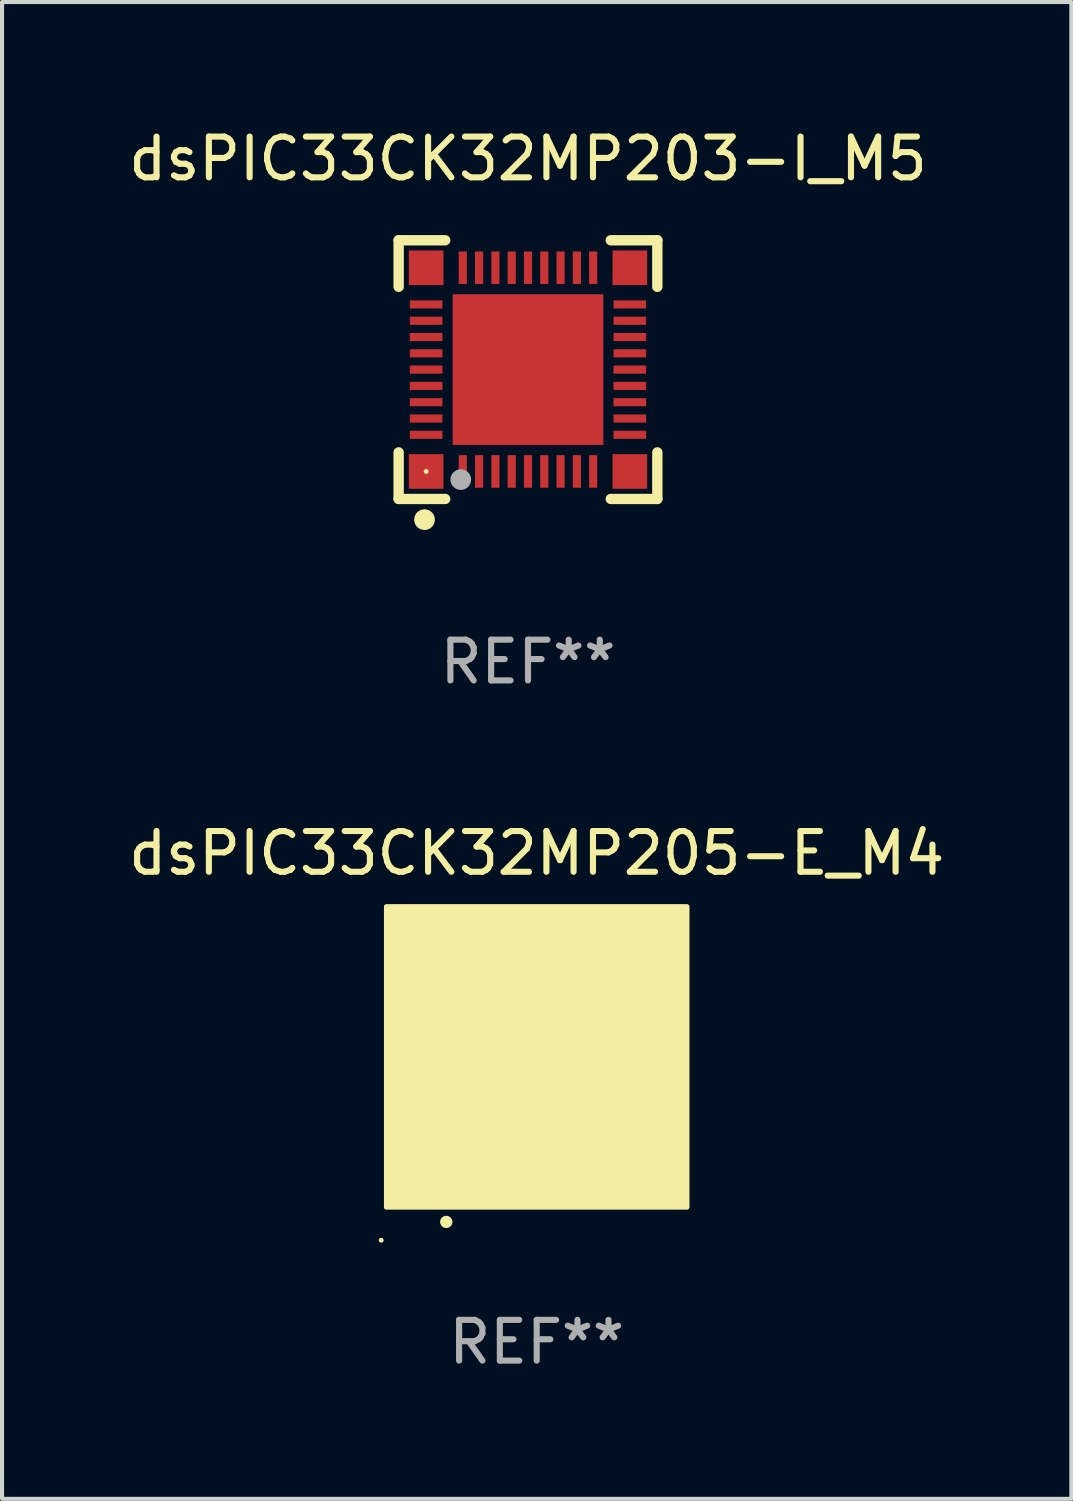
<source format=kicad_pcb>
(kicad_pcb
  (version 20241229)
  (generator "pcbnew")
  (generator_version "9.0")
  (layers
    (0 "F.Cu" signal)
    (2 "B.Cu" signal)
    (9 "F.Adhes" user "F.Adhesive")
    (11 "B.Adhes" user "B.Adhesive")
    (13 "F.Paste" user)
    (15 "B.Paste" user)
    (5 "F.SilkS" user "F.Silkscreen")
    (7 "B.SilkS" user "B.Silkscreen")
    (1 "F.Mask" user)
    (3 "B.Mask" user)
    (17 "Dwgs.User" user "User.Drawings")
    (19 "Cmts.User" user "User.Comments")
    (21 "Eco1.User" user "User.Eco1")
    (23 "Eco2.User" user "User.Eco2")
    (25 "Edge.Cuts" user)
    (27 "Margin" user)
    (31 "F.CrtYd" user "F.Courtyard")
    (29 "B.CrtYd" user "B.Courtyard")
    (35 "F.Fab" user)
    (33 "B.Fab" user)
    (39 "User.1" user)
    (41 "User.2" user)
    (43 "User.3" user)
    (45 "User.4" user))
  (footprint "dsPIC33CK32MP203-I_M5"
    (layer "F.Cu")
    (at 9.911 6.023)
    (property "Reference" "dsPIC33CK32MP203-I_M5" (at 0 -5.175 0) (layer "F.SilkS") (effects (font (size 1 1) (thickness 0.15))))
    (attr through_hole)
    (fp_line (start -3.175 -3.175) (end -2.032 -3.175) (stroke (width 0.254) (type solid)) (layer "F.SilkS"))
    (fp_line (start -3.175 -2.032) (end -3.175 -3.175) (stroke (width 0.254) (type solid)) (layer "F.SilkS"))
    (fp_line (start -3.175 3.175) (end -3.175 2.032) (stroke (width 0.254) (type solid)) (layer "F.SilkS"))
    (fp_line (start -2.032 3.175) (end -3.175 3.175) (stroke (width 0.254) (type solid)) (layer "F.SilkS"))
    (fp_line (start 2.032 -3.175) (end 3.175 -3.175) (stroke (width 0.254) (type solid)) (layer "F.SilkS"))
    (fp_line (start 3.175 -3.175) (end 3.175 -2.032) (stroke (width 0.254) (type solid)) (layer "F.SilkS"))
    (fp_line (start 3.175 2.032) (end 3.175 3.175) (stroke (width 0.254) (type solid)) (layer "F.SilkS"))
    (fp_line (start 3.175 3.175) (end 2.032 3.175) (stroke (width 0.254) (type solid)) (layer "F.SilkS"))
    (fp_circle (center -2.54 3.683) (end -2.413 3.683) (stroke (width 0.254) (type solid)) (fill no) (layer "F.SilkS"))
    (fp_circle (center -2.5 2.5) (end -2.47 2.5) (stroke (width 0.06) (type solid)) (fill no) (layer "F.SilkS"))
    (fp_circle (center -1.65 2.7) (end -1.523 2.7) (stroke (width 0.254) (type solid)) (fill no) (layer "F.Fab"))
    (fp_text user "REF**" (at 0 7.175 0) (layer "F.Fab") (effects (font (size 1 1) (thickness 0.15))))
    (pad "1" smd rect (at -1.6 2.5) (size 0.2 0.8) (layers "F.Cu" "F.Mask" "F.Paste"))
    (pad "2" smd rect (at -1.2 2.5) (size 0.2 0.8) (layers "F.Cu" "F.Mask" "F.Paste"))
    (pad "3" smd rect (at -0.8 2.5) (size 0.2 0.8) (layers "F.Cu" "F.Mask" "F.Paste"))
    (pad "4" smd rect (at -0.4 2.5) (size 0.2 0.8) (layers "F.Cu" "F.Mask" "F.Paste"))
    (pad "5" smd rect (at -0.000051 2.5) (size 0.2 0.8) (layers "F.Cu" "F.Mask" "F.Paste"))
    (pad "6" smd rect (at 0.4 2.5) (size 0.2 0.8) (layers "F.Cu" "F.Mask" "F.Paste"))
    (pad "7" smd rect (at 0.8 2.5) (size 0.2 0.8) (layers "F.Cu" "F.Mask" "F.Paste"))
    (pad "8" smd rect (at 1.2 2.5) (size 0.2 0.8) (layers "F.Cu" "F.Mask" "F.Paste"))
    (pad "9" smd rect (at 1.6 2.5) (size 0.2 0.8) (layers "F.Cu" "F.Mask" "F.Paste"))
    (pad "10" smd rect (at 2.5 1.6 90) (size 0.2 0.8) (layers "F.Cu" "F.Mask" "F.Paste"))
    (pad "11" smd rect (at 2.5 1.2 90) (size 0.2 0.8) (layers "F.Cu" "F.Mask" "F.Paste"))
    (pad "12" smd rect (at 2.5 0.8 90) (size 0.2 0.8) (layers "F.Cu" "F.Mask" "F.Paste"))
    (pad "13" smd rect (at 2.5 0.4 90) (size 0.2 0.8) (layers "F.Cu" "F.Mask" "F.Paste"))
    (pad "14" smd rect (at 2.5 -0.000051 90) (size 0.2 0.8) (layers "F.Cu" "F.Mask" "F.Paste"))
    (pad "15" smd rect (at 2.5 -0.4 90) (size 0.2 0.8) (layers "F.Cu" "F.Mask" "F.Paste"))
    (pad "16" smd rect (at 2.5 -0.8 90) (size 0.2 0.8) (layers "F.Cu" "F.Mask" "F.Paste"))
    (pad "17" smd rect (at 2.5 -1.2 90) (size 0.2 0.8) (layers "F.Cu" "F.Mask" "F.Paste"))
    (pad "18" smd rect (at 2.5 -1.6 90) (size 0.2 0.8) (layers "F.Cu" "F.Mask" "F.Paste"))
    (pad "19" smd rect (at 1.6 -2.5 180) (size 0.2 0.8) (layers "F.Cu" "F.Mask" "F.Paste"))
    (pad "20" smd rect (at 1.2 -2.5 180) (size 0.2 0.8) (layers "F.Cu" "F.Mask" "F.Paste"))
    (pad "21" smd rect (at 0.8 -2.5 180) (size 0.2 0.8) (layers "F.Cu" "F.Mask" "F.Paste"))
    (pad "22" smd rect (at 0.4 -2.5 180) (size 0.2 0.8) (layers "F.Cu" "F.Mask" "F.Paste"))
    (pad "23" smd rect (at -0.000051 -2.5 180) (size 0.2 0.8) (layers "F.Cu" "F.Mask" "F.Paste"))
    (pad "24" smd rect (at -0.4 -2.5 180) (size 0.2 0.8) (layers "F.Cu" "F.Mask" "F.Paste"))
    (pad "25" smd rect (at -0.8 -2.5 180) (size 0.2 0.8) (layers "F.Cu" "F.Mask" "F.Paste"))
    (pad "26" smd rect (at -1.2 -2.5 180) (size 0.2 0.8) (layers "F.Cu" "F.Mask" "F.Paste"))
    (pad "27" smd rect (at -1.6 -2.5 180) (size 0.2 0.8) (layers "F.Cu" "F.Mask" "F.Paste"))
    (pad "28" smd rect (at -2.5 -1.6 270) (size 0.2 0.8) (layers "F.Cu" "F.Mask" "F.Paste"))
    (pad "29" smd rect (at -2.5 -1.2 270) (size 0.2 0.8) (layers "F.Cu" "F.Mask" "F.Paste"))
    (pad "30" smd rect (at -2.5 -0.8 270) (size 0.2 0.8) (layers "F.Cu" "F.Mask" "F.Paste"))
    (pad "31" smd rect (at -2.5 -0.4 270) (size 0.2 0.8) (layers "F.Cu" "F.Mask" "F.Paste"))
    (pad "32" smd rect (at -2.5 -0.000051 270) (size 0.2 0.8) (layers "F.Cu" "F.Mask" "F.Paste"))
    (pad "33" smd rect (at -2.5 0.4 270) (size 0.2 0.8) (layers "F.Cu" "F.Mask" "F.Paste"))
    (pad "34" smd rect (at -2.5 0.8 270) (size 0.2 0.8) (layers "F.Cu" "F.Mask" "F.Paste"))
    (pad "35" smd rect (at -2.5 1.2 270) (size 0.2 0.8) (layers "F.Cu" "F.Mask" "F.Paste"))
    (pad "36" smd rect (at -2.5 1.6 270) (size 0.2 0.8) (layers "F.Cu" "F.Mask" "F.Paste"))
    (pad "37" smd rect (at -2.5 -2.5) (size 0.85 0.85) (layers "F.Cu" "F.Mask" "F.Paste"))
    (pad "37" smd rect (at -2.5 2.5) (size 0.85 0.85) (layers "F.Cu" "F.Mask" "F.Paste"))
    (pad "37" smd rect (at -0.000051 -0.000051) (size 3.7 3.7) (layers "F.Cu" "F.Mask" "F.Paste"))
    (pad "37" smd rect (at 2.5 -2.5) (size 0.85 0.85) (layers "F.Cu" "F.Mask" "F.Paste"))
    (pad "37" smd rect (at 2.5 2.5) (size 0.85 0.85) (layers "F.Cu" "F.Mask" "F.Paste")))
  (footprint "dsPIC33CK32MP205-E_M4"
    (layer "F.Cu")
    (at 10.125 22.895)
    (property "Reference" "dsPIC33CK32MP205-E_M4" (at 0 -5 0) (layer "F.SilkS") (effects (font (size 1 1) (thickness 0.15))))
    (attr through_hole)
    (fp_arc (start -2.221158 4.050013) (mid -2.219888 4.050008) (end -2.218618 4.050013) (stroke (width 0.3) (type solid)) (layer "F.SilkS"))
    (fp_circle (center -3.817 4.5) (end -3.787 4.5) (stroke (width 0.06) (type solid)) (fill no) (layer "F.SilkS"))
    (fp_poly (pts (xy -3.69 -3.69) (xy 3.69 -3.69) (xy 3.69 3.69) (xy -3.69 3.69)) (stroke (width 0.12) (type solid)) (fill yes) (layer "F.SilkS"))
    (fp_text user "REF**" (at 0 7 0) (layer "F.Fab") (effects (font (size 1 1) (thickness 0.15))))
    (pad "1" smd oval (at -2.201 3) (size 0.2 0.95) (layers "F.Cu" "F.Mask" "F.Paste"))
    (pad "2" smd oval (at -1.8 3) (size 0.2 0.95) (layers "F.Cu" "F.Mask" "F.Paste"))
    (pad "3" smd oval (at -1.401 3) (size 0.2 0.95) (layers "F.Cu" "F.Mask" "F.Paste"))
    (pad "4" smd oval (at -0.999 3) (size 0.2 0.95) (layers "F.Cu" "F.Mask" "F.Paste"))
    (pad "5" smd oval (at -0.601 3) (size 0.2 0.95) (layers "F.Cu" "F.Mask" "F.Paste"))
    (pad "6" smd oval (at -0.199 3) (size 0.2 0.95) (layers "F.Cu" "F.Mask" "F.Paste"))
    (pad "7" smd oval (at 0.199 3) (size 0.2 0.95) (layers "F.Cu" "F.Mask" "F.Paste"))
    (pad "8" smd oval (at 0.601 3) (size 0.2 0.95) (layers "F.Cu" "F.Mask" "F.Paste"))
    (pad "9" smd oval (at 0.999 3) (size 0.2 0.95) (layers "F.Cu" "F.Mask" "F.Paste"))
    (pad "10" smd oval (at 1.401 3) (size 0.2 0.95) (layers "F.Cu" "F.Mask" "F.Paste"))
    (pad "11" smd oval (at 1.8 3) (size 0.2 0.95) (layers "F.Cu" "F.Mask" "F.Paste"))
    (pad "12" smd oval (at 2.201 3) (size 0.2 0.95) (layers "F.Cu" "F.Mask" "F.Paste"))
    (pad "13" smd oval (at 3 2.198 90) (size 0.2 0.95) (layers "F.Cu" "F.Mask" "F.Paste"))
    (pad "14" smd oval (at 3 1.8 90) (size 0.2 0.95) (layers "F.Cu" "F.Mask" "F.Paste"))
    (pad "15" smd oval (at 3 1.401 90) (size 0.2 0.95) (layers "F.Cu" "F.Mask" "F.Paste"))
    (pad "16" smd oval (at 3 0.999 90) (size 0.2 0.95) (layers "F.Cu" "F.Mask" "F.Paste"))
    (pad "17" smd oval (at 3 0.601 90) (size 0.2 0.95) (layers "F.Cu" "F.Mask" "F.Paste"))
    (pad "18" smd oval (at 3 0.199 90) (size 0.2 0.95) (layers "F.Cu" "F.Mask" "F.Paste"))
    (pad "19" smd oval (at 3 -0.199 90) (size 0.2 0.95) (layers "F.Cu" "F.Mask" "F.Paste"))
    (pad "20" smd oval (at 3 -0.601 90) (size 0.2 0.95) (layers "F.Cu" "F.Mask" "F.Paste"))
    (pad "21" smd oval (at 3 -0.999 90) (size 0.2 0.95) (layers "F.Cu" "F.Mask" "F.Paste"))
    (pad "22" smd oval (at 3 -1.401 90) (size 0.2 0.95) (layers "F.Cu" "F.Mask" "F.Paste"))
    (pad "23" smd oval (at 3 -1.8 90) (size 0.2 0.95) (layers "F.Cu" "F.Mask" "F.Paste"))
    (pad "24" smd oval (at 3 -2.201 90) (size 0.2 0.95) (layers "F.Cu" "F.Mask" "F.Paste"))
    (pad "25" smd oval (at 2.201 -3 180) (size 0.2 0.95) (layers "F.Cu" "F.Mask" "F.Paste"))
    (pad "26" smd oval (at 1.8 -3 180) (size 0.2 0.95) (layers "F.Cu" "F.Mask" "F.Paste"))
    (pad "27" smd oval (at 1.401 -3 180) (size 0.2 0.95) (layers "F.Cu" "F.Mask" "F.Paste"))
    (pad "28" smd oval (at 0.999 -3 180) (size 0.2 0.95) (layers "F.Cu" "F.Mask" "F.Paste"))
    (pad "29" smd oval (at 0.601 -3 180) (size 0.2 0.95) (layers "F.Cu" "F.Mask" "F.Paste"))
    (pad "30" smd oval (at 0.199 -3 180) (size 0.2 0.95) (layers "F.Cu" "F.Mask" "F.Paste"))
    (pad "31" smd oval (at -0.199 -3 180) (size 0.2 0.95) (layers "F.Cu" "F.Mask" "F.Paste"))
    (pad "32" smd oval (at -0.601 -3 180) (size 0.2 0.95) (layers "F.Cu" "F.Mask" "F.Paste"))
    (pad "33" smd oval (at -0.999 -3 180) (size 0.2 0.95) (layers "F.Cu" "F.Mask" "F.Paste"))
    (pad "34" smd oval (at -1.401 -3 180) (size 0.2 0.95) (layers "F.Cu" "F.Mask" "F.Paste"))
    (pad "35" smd oval (at -1.8 -3 180) (size 0.2 0.95) (layers "F.Cu" "F.Mask" "F.Paste"))
    (pad "36" smd oval (at -2.201 -3 180) (size 0.2 0.95) (layers "F.Cu" "F.Mask" "F.Paste"))
    (pad "37" smd oval (at -3 -2.201 270) (size 0.2 0.95) (layers "F.Cu" "F.Mask" "F.Paste"))
    (pad "38" smd oval (at -3 -1.8 270) (size 0.2 0.95) (layers "F.Cu" "F.Mask" "F.Paste"))
    (pad "39" smd oval (at -3 -1.401 270) (size 0.2 0.95) (layers "F.Cu" "F.Mask" "F.Paste"))
    (pad "40" smd oval (at -3 -0.999 270) (size 0.2 0.95) (layers "F.Cu" "F.Mask" "F.Paste"))
    (pad "41" smd oval (at -3 -0.601 270) (size 0.2 0.95) (layers "F.Cu" "F.Mask" "F.Paste"))
    (pad "42" smd oval (at -3 -0.199 270) (size 0.2 0.95) (layers "F.Cu" "F.Mask" "F.Paste"))
    (pad "43" smd oval (at -3 0.199 270) (size 0.2 0.95) (layers "F.Cu" "F.Mask" "F.Paste"))
    (pad "44" smd oval (at -3 0.601 270) (size 0.2 0.95) (layers "F.Cu" "F.Mask" "F.Paste"))
    (pad "45" smd oval (at -3 0.999 270) (size 0.2 0.95) (layers "F.Cu" "F.Mask" "F.Paste"))
    (pad "46" smd oval (at -3 1.401 270) (size 0.2 0.95) (layers "F.Cu" "F.Mask" "F.Paste"))
    (pad "47" smd oval (at -3 1.8 270) (size 0.2 0.95) (layers "F.Cu" "F.Mask" "F.Paste"))
    (pad "48" smd oval (at -3 2.198 270) (size 0.2 0.95) (layers "F.Cu" "F.Mask" "F.Paste"))
    (pad "49" smd rect (at -3 -3 90) (size 0.9 0.9) (layers "F.Cu" "F.Mask" "F.Paste"))
    (pad "49" smd rect (at -3 3 90) (size 0.9 0.9) (layers "F.Cu" "F.Mask" "F.Paste"))
    (pad "49" smd rect (at -0.001 -0.001 90) (size 4.6 4.6) (layers "F.Cu" "F.Mask" "F.Paste"))
    (pad "49" smd rect (at 3 -3 90) (size 0.9 0.9) (layers "F.Cu" "F.Mask" "F.Paste"))
    (pad "49" smd rect (at 3 3 90) (size 0.9 0.9) (layers "F.Cu" "F.Mask" "F.Paste")))
  (gr_rect
    (start -3 -3)
    (end 23.25 33.743)
    (stroke (width 0.1) (type default))
    (fill no)
    (layer "Edge.Cuts")))
</source>
